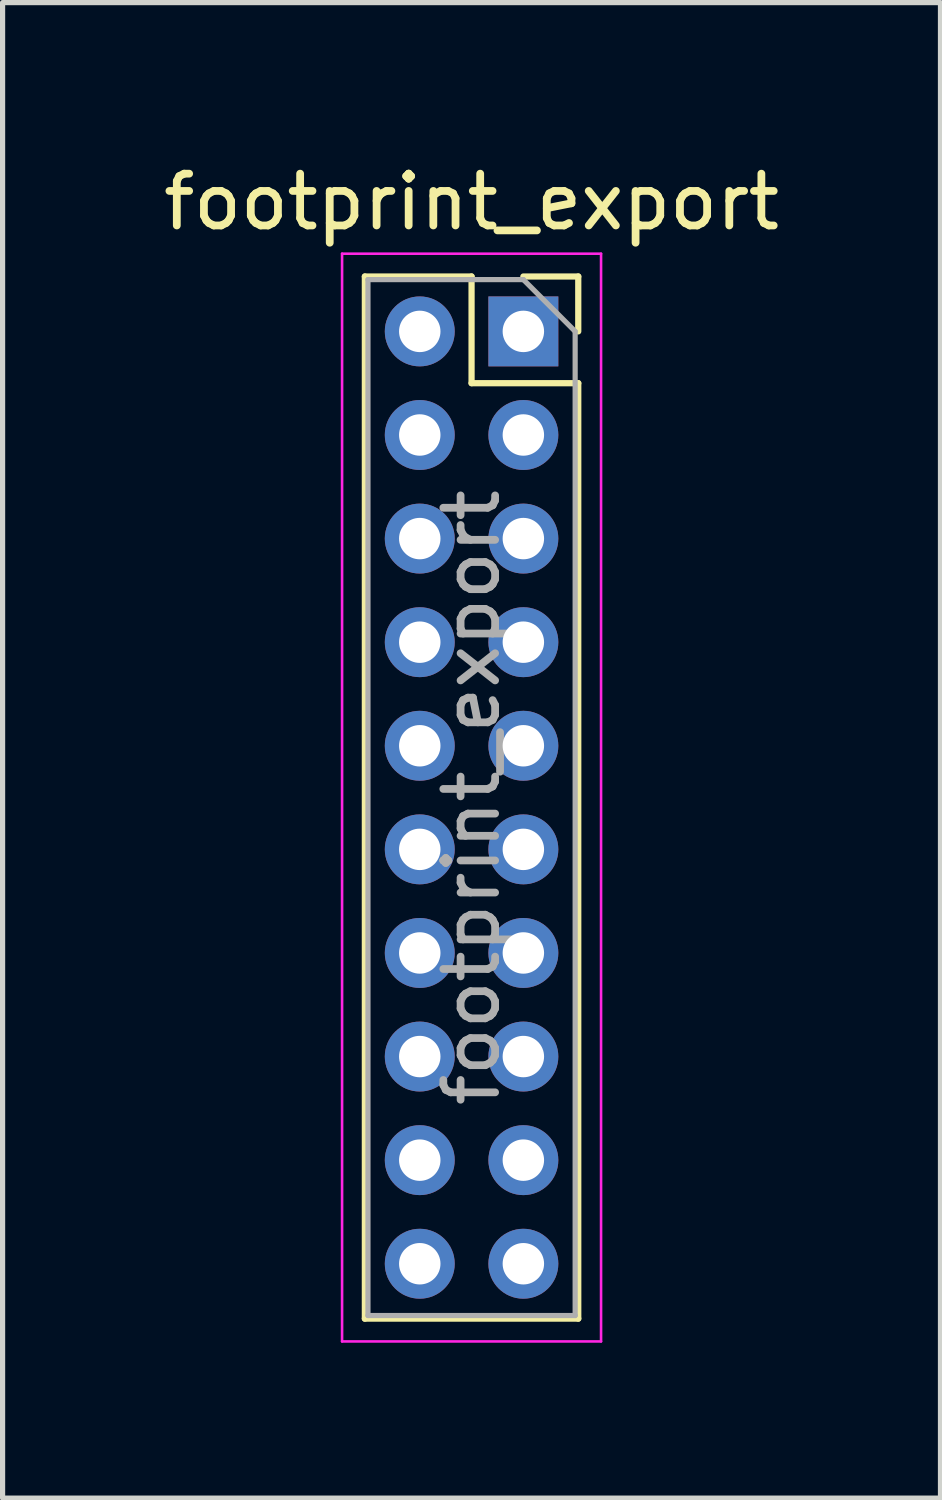
<source format=kicad_pcb>
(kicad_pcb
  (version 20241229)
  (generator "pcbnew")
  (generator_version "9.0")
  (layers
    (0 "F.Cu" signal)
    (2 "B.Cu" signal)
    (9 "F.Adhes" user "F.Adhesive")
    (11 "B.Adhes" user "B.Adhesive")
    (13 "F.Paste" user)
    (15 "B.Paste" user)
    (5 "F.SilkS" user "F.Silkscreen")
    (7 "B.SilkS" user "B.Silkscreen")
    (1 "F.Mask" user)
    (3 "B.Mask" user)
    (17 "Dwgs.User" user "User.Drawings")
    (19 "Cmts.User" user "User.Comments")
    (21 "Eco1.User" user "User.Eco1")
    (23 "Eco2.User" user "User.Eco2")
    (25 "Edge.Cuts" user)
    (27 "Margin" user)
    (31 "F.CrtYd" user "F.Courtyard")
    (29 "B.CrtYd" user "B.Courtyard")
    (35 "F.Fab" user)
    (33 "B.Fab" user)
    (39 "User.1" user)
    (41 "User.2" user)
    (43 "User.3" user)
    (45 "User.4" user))
  (footprint "footprint_export"
    (layer "F.Cu")
    (at 7.054 3.348)
    (property "Reference" "footprint_export" (at -1 -2.5 0) (layer "F.SilkS") (effects (font (size 1 1) (thickness 0.15))))
    (attr through_hole)
    (fp_line (start -3.06 -1.06) (end -3.06 19.06) (stroke (width 0.12) (type solid)) (layer "F.SilkS"))
    (fp_line (start -3.06 -1.06) (end -1 -1.06) (stroke (width 0.12) (type solid)) (layer "F.SilkS"))
    (fp_line (start -3.06 19.06) (end 1.06 19.06) (stroke (width 0.12) (type solid)) (layer "F.SilkS"))
    (fp_line (start -1 -1.06) (end -1 1) (stroke (width 0.12) (type solid)) (layer "F.SilkS"))
    (fp_line (start -1 1) (end 1.06 1) (stroke (width 0.12) (type solid)) (layer "F.SilkS"))
    (fp_line (start 0 -1.06) (end 1.06 -1.06) (stroke (width 0.12) (type solid)) (layer "F.SilkS"))
    (fp_line (start 1.06 -1.06) (end 1.06 0) (stroke (width 0.12) (type solid)) (layer "F.SilkS"))
    (fp_line (start 1.06 1) (end 1.06 19.06) (stroke (width 0.12) (type solid)) (layer "F.SilkS"))
    (fp_line (start -3.5 -1.5) (end 1.5 -1.5) (stroke (width 0.05) (type solid)) (layer "F.CrtYd"))
    (fp_line (start -3.5 19.5) (end -3.5 -1.5) (stroke (width 0.05) (type solid)) (layer "F.CrtYd"))
    (fp_line (start 1.5 -1.5) (end 1.5 19.5) (stroke (width 0.05) (type solid)) (layer "F.CrtYd"))
    (fp_line (start 1.5 19.5) (end -3.5 19.5) (stroke (width 0.05) (type solid)) (layer "F.CrtYd"))
    (fp_line (start -3 -1) (end 0 -1) (stroke (width 0.1) (type solid)) (layer "F.Fab"))
    (fp_line (start -3 19) (end -3 -1) (stroke (width 0.1) (type solid)) (layer "F.Fab"))
    (fp_line (start 0 -1) (end 1 0) (stroke (width 0.1) (type solid)) (layer "F.Fab"))
    (fp_line (start 1 0) (end 1 19) (stroke (width 0.1) (type solid)) (layer "F.Fab"))
    (fp_line (start 1 19) (end -3 19) (stroke (width 0.1) (type solid)) (layer "F.Fab"))
    (fp_text user "${REFERENCE}" (at -1 9 90) (layer "F.Fab") (effects (font (size 1 1) (thickness 0.15))))
    (pad "1" thru_hole rect (at 0 0) (size 1.35 1.35) (drill 0.8) (layers "*.Cu" "*.Mask"))
    (pad "2" thru_hole oval (at -2 0) (size 1.35 1.35) (drill 0.8) (layers "*.Cu" "*.Mask"))
    (pad "3" thru_hole oval (at 0 2) (size 1.35 1.35) (drill 0.8) (layers "*.Cu" "*.Mask"))
    (pad "4" thru_hole oval (at -2 2) (size 1.35 1.35) (drill 0.8) (layers "*.Cu" "*.Mask"))
    (pad "5" thru_hole oval (at 0 4) (size 1.35 1.35) (drill 0.8) (layers "*.Cu" "*.Mask"))
    (pad "6" thru_hole oval (at -2 4) (size 1.35 1.35) (drill 0.8) (layers "*.Cu" "*.Mask"))
    (pad "7" thru_hole oval (at 0 6) (size 1.35 1.35) (drill 0.8) (layers "*.Cu" "*.Mask"))
    (pad "8" thru_hole oval (at -2 6) (size 1.35 1.35) (drill 0.8) (layers "*.Cu" "*.Mask"))
    (pad "9" thru_hole oval (at 0 8) (size 1.35 1.35) (drill 0.8) (layers "*.Cu" "*.Mask"))
    (pad "10" thru_hole oval (at -2 8) (size 1.35 1.35) (drill 0.8) (layers "*.Cu" "*.Mask"))
    (pad "11" thru_hole oval (at 0 10) (size 1.35 1.35) (drill 0.8) (layers "*.Cu" "*.Mask"))
    (pad "12" thru_hole oval (at -2 10) (size 1.35 1.35) (drill 0.8) (layers "*.Cu" "*.Mask"))
    (pad "13" thru_hole oval (at 0 12) (size 1.35 1.35) (drill 0.8) (layers "*.Cu" "*.Mask"))
    (pad "14" thru_hole oval (at -2 12) (size 1.35 1.35) (drill 0.8) (layers "*.Cu" "*.Mask"))
    (pad "15" thru_hole oval (at 0 14) (size 1.35 1.35) (drill 0.8) (layers "*.Cu" "*.Mask"))
    (pad "16" thru_hole oval (at -2 14) (size 1.35 1.35) (drill 0.8) (layers "*.Cu" "*.Mask"))
    (pad "17" thru_hole oval (at 0 16) (size 1.35 1.35) (drill 0.8) (layers "*.Cu" "*.Mask"))
    (pad "18" thru_hole oval (at -2 16) (size 1.35 1.35) (drill 0.8) (layers "*.Cu" "*.Mask"))
    (pad "19" thru_hole oval (at 0 18) (size 1.35 1.35) (drill 0.8) (layers "*.Cu" "*.Mask"))
    (pad "20" thru_hole oval (at -2 18) (size 1.35 1.35) (drill 0.8) (layers "*.Cu" "*.Mask")))
  (gr_rect
    (start -3 -3)
    (end 15.107 25.873)
    (stroke (width 0.1) (type default))
    (fill no)
    (layer "Edge.Cuts")))
</source>
